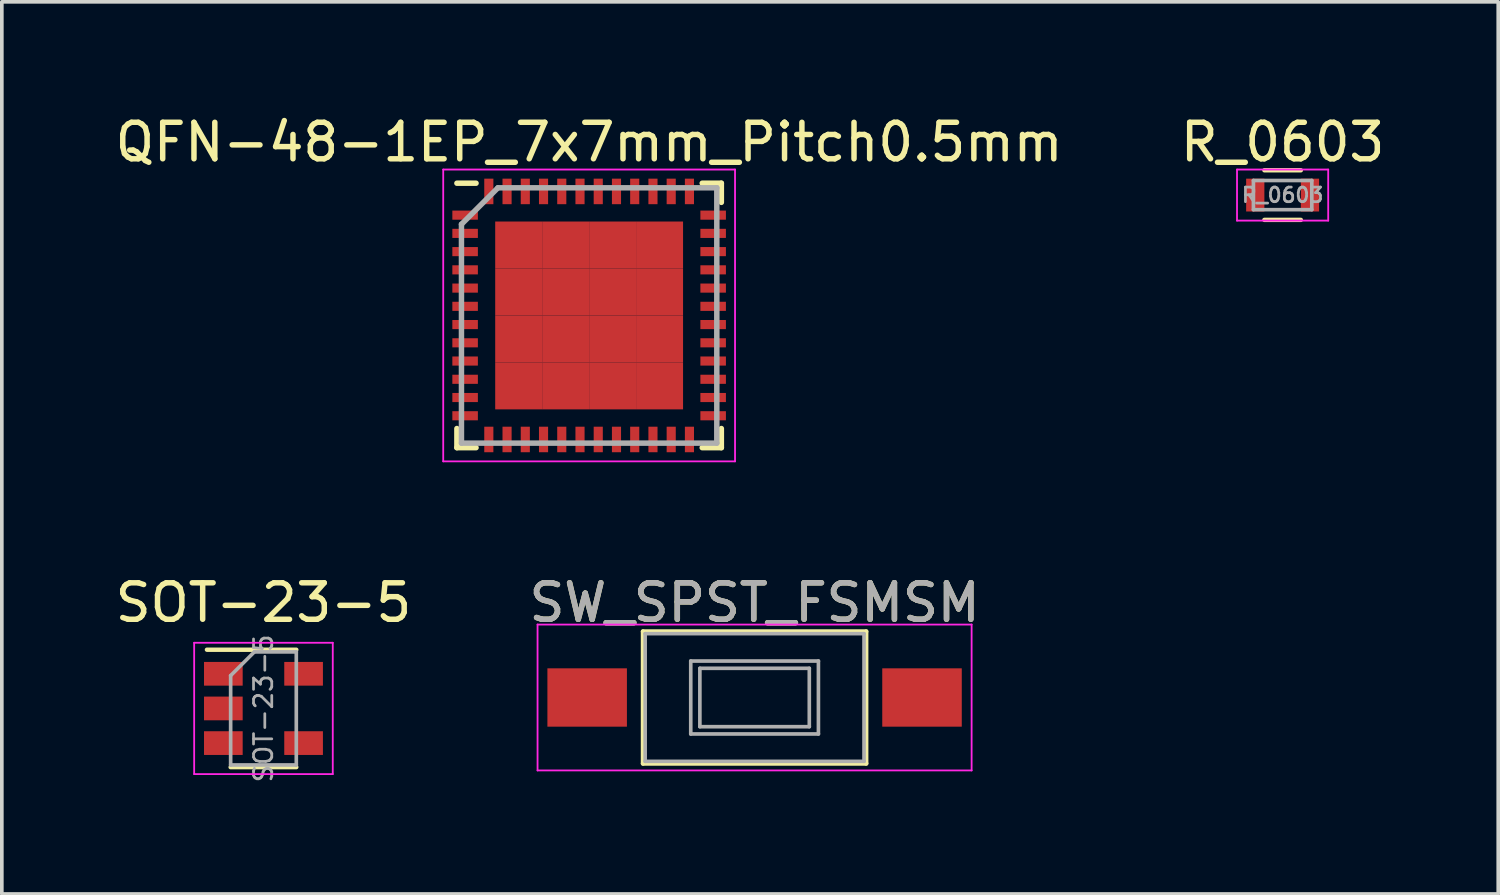
<source format=kicad_pcb>
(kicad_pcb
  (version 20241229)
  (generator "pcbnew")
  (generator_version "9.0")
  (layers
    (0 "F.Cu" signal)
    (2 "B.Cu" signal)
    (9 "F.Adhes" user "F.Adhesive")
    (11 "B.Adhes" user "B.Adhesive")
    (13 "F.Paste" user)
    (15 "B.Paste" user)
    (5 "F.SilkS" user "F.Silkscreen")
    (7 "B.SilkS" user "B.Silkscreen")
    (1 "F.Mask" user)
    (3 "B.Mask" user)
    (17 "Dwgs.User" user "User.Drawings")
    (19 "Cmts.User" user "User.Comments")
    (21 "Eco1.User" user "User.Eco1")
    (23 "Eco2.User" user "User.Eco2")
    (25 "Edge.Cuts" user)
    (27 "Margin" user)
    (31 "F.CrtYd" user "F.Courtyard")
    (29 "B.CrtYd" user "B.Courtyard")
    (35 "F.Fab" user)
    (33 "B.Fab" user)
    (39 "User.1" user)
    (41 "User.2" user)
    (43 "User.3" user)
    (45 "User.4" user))
  (footprint "QFN-48-1EP_7x7mm_Pitch0.5mm"
    (layer "F.Cu")
    (at 13.101 5.598)
    (property "Reference" "QFN-48-1EP_7x7mm_Pitch0.5mm" (at 0 -4.75 0) (layer "F.SilkS") (effects (font (size 1 1) (thickness 0.15))))
    (attr smd)
    (fp_line (start -3.625 -3.625) (end -3.1 -3.625) (stroke (width 0.15) (type solid)) (layer "F.SilkS"))
    (fp_line (start -3.625 3.625) (end -3.625 3.1) (stroke (width 0.15) (type solid)) (layer "F.SilkS"))
    (fp_line (start -3.625 3.625) (end -3.1 3.625) (stroke (width 0.15) (type solid)) (layer "F.SilkS"))
    (fp_line (start 3.625 -3.625) (end 3.1 -3.625) (stroke (width 0.15) (type solid)) (layer "F.SilkS"))
    (fp_line (start 3.625 -3.625) (end 3.625 -3.1) (stroke (width 0.15) (type solid)) (layer "F.SilkS"))
    (fp_line (start 3.625 3.625) (end 3.1 3.625) (stroke (width 0.15) (type solid)) (layer "F.SilkS"))
    (fp_line (start 3.625 3.625) (end 3.625 3.1) (stroke (width 0.15) (type solid)) (layer "F.SilkS"))
    (fp_line (start -4 -4) (end -4 4) (stroke (width 0.05) (type solid)) (layer "F.CrtYd"))
    (fp_line (start -4 -4) (end 4 -4) (stroke (width 0.05) (type solid)) (layer "F.CrtYd"))
    (fp_line (start -4 4) (end 4 4) (stroke (width 0.05) (type solid)) (layer "F.CrtYd"))
    (fp_line (start 4 -4) (end 4 4) (stroke (width 0.05) (type solid)) (layer "F.CrtYd"))
    (fp_line (start -3.5 -2.5) (end -2.5 -3.5) (stroke (width 0.15) (type solid)) (layer "F.Fab"))
    (fp_line (start -3.5 3.5) (end -3.5 -2.5) (stroke (width 0.15) (type solid)) (layer "F.Fab"))
    (fp_line (start -2.5 -3.5) (end 3.5 -3.5) (stroke (width 0.15) (type solid)) (layer "F.Fab"))
    (fp_line (start 3.5 -3.5) (end 3.5 3.5) (stroke (width 0.15) (type solid)) (layer "F.Fab"))
    (fp_line (start 3.5 3.5) (end -3.5 3.5) (stroke (width 0.15) (type solid)) (layer "F.Fab"))
    (pad "1" smd rect (at -3.4 -2.75) (size 0.7 0.25) (layers "F.Cu" "F.Mask" "F.Paste"))
    (pad "2" smd rect (at -3.4 -2.25) (size 0.7 0.25) (layers "F.Cu" "F.Mask" "F.Paste"))
    (pad "3" smd rect (at -3.4 -1.75) (size 0.7 0.25) (layers "F.Cu" "F.Mask" "F.Paste"))
    (pad "4" smd rect (at -3.4 -1.25) (size 0.7 0.25) (layers "F.Cu" "F.Mask" "F.Paste"))
    (pad "5" smd rect (at -3.4 -0.75) (size 0.7 0.25) (layers "F.Cu" "F.Mask" "F.Paste"))
    (pad "6" smd rect (at -3.4 -0.25) (size 0.7 0.25) (layers "F.Cu" "F.Mask" "F.Paste"))
    (pad "7" smd rect (at -3.4 0.25) (size 0.7 0.25) (layers "F.Cu" "F.Mask" "F.Paste"))
    (pad "8" smd rect (at -3.4 0.75) (size 0.7 0.25) (layers "F.Cu" "F.Mask" "F.Paste"))
    (pad "9" smd rect (at -3.4 1.25) (size 0.7 0.25) (layers "F.Cu" "F.Mask" "F.Paste"))
    (pad "10" smd rect (at -3.4 1.75) (size 0.7 0.25) (layers "F.Cu" "F.Mask" "F.Paste"))
    (pad "11" smd rect (at -3.4 2.25) (size 0.7 0.25) (layers "F.Cu" "F.Mask" "F.Paste"))
    (pad "12" smd rect (at -3.4 2.75) (size 0.7 0.25) (layers "F.Cu" "F.Mask" "F.Paste"))
    (pad "13" smd rect (at -2.75 3.4 90) (size 0.7 0.25) (layers "F.Cu" "F.Mask" "F.Paste"))
    (pad "14" smd rect (at -2.25 3.4 90) (size 0.7 0.25) (layers "F.Cu" "F.Mask" "F.Paste"))
    (pad "15" smd rect (at -1.75 3.4 90) (size 0.7 0.25) (layers "F.Cu" "F.Mask" "F.Paste"))
    (pad "16" smd rect (at -1.25 3.4 90) (size 0.7 0.25) (layers "F.Cu" "F.Mask" "F.Paste"))
    (pad "17" smd rect (at -0.75 3.4 90) (size 0.7 0.25) (layers "F.Cu" "F.Mask" "F.Paste"))
    (pad "18" smd rect (at -0.25 3.4 90) (size 0.7 0.25) (layers "F.Cu" "F.Mask" "F.Paste"))
    (pad "19" smd rect (at 0.25 3.4 90) (size 0.7 0.25) (layers "F.Cu" "F.Mask" "F.Paste"))
    (pad "20" smd rect (at 0.75 3.4 90) (size 0.7 0.25) (layers "F.Cu" "F.Mask" "F.Paste"))
    (pad "21" smd rect (at 1.25 3.4 90) (size 0.7 0.25) (layers "F.Cu" "F.Mask" "F.Paste"))
    (pad "22" smd rect (at 1.75 3.4 90) (size 0.7 0.25) (layers "F.Cu" "F.Mask" "F.Paste"))
    (pad "23" smd rect (at 2.25 3.4 90) (size 0.7 0.25) (layers "F.Cu" "F.Mask" "F.Paste"))
    (pad "24" smd rect (at 2.75 3.4 90) (size 0.7 0.25) (layers "F.Cu" "F.Mask" "F.Paste"))
    (pad "25" smd rect (at 3.4 2.75) (size 0.7 0.25) (layers "F.Cu" "F.Mask" "F.Paste"))
    (pad "26" smd rect (at 3.4 2.25) (size 0.7 0.25) (layers "F.Cu" "F.Mask" "F.Paste"))
    (pad "27" smd rect (at 3.4 1.75) (size 0.7 0.25) (layers "F.Cu" "F.Mask" "F.Paste"))
    (pad "28" smd rect (at 3.4 1.25) (size 0.7 0.25) (layers "F.Cu" "F.Mask" "F.Paste"))
    (pad "29" smd rect (at 3.4 0.75) (size 0.7 0.25) (layers "F.Cu" "F.Mask" "F.Paste"))
    (pad "30" smd rect (at 3.4 0.25) (size 0.7 0.25) (layers "F.Cu" "F.Mask" "F.Paste"))
    (pad "31" smd rect (at 3.4 -0.25) (size 0.7 0.25) (layers "F.Cu" "F.Mask" "F.Paste"))
    (pad "32" smd rect (at 3.4 -0.75) (size 0.7 0.25) (layers "F.Cu" "F.Mask" "F.Paste"))
    (pad "33" smd rect (at 3.4 -1.25) (size 0.7 0.25) (layers "F.Cu" "F.Mask" "F.Paste"))
    (pad "34" smd rect (at 3.4 -1.75) (size 0.7 0.25) (layers "F.Cu" "F.Mask" "F.Paste"))
    (pad "35" smd rect (at 3.4 -2.25) (size 0.7 0.25) (layers "F.Cu" "F.Mask" "F.Paste"))
    (pad "36" smd rect (at 3.4 -2.75) (size 0.7 0.25) (layers "F.Cu" "F.Mask" "F.Paste"))
    (pad "37" smd rect (at 2.75 -3.4 90) (size 0.7 0.25) (layers "F.Cu" "F.Mask" "F.Paste"))
    (pad "38" smd rect (at 2.25 -3.4 90) (size 0.7 0.25) (layers "F.Cu" "F.Mask" "F.Paste"))
    (pad "39" smd rect (at 1.75 -3.4 90) (size 0.7 0.25) (layers "F.Cu" "F.Mask" "F.Paste"))
    (pad "40" smd rect (at 1.25 -3.4 90) (size 0.7 0.25) (layers "F.Cu" "F.Mask" "F.Paste"))
    (pad "41" smd rect (at 0.75 -3.4 90) (size 0.7 0.25) (layers "F.Cu" "F.Mask" "F.Paste"))
    (pad "42" smd rect (at 0.25 -3.4 90) (size 0.7 0.25) (layers "F.Cu" "F.Mask" "F.Paste"))
    (pad "43" smd rect (at -0.25 -3.4 90) (size 0.7 0.25) (layers "F.Cu" "F.Mask" "F.Paste"))
    (pad "44" smd rect (at -0.75 -3.4 90) (size 0.7 0.25) (layers "F.Cu" "F.Mask" "F.Paste"))
    (pad "45" smd rect (at -1.25 -3.4 90) (size 0.7 0.25) (layers "F.Cu" "F.Mask" "F.Paste"))
    (pad "46" smd rect (at -1.75 -3.4 90) (size 0.7 0.25) (layers "F.Cu" "F.Mask" "F.Paste"))
    (pad "47" smd rect (at -2.25 -3.4 90) (size 0.7 0.25) (layers "F.Cu" "F.Mask" "F.Paste"))
    (pad "48" smd rect (at -2.75 -3.4 90) (size 0.7 0.25) (layers "F.Cu" "F.Mask" "F.Paste"))
    (pad "49" smd rect (at -1.931 -1.931) (size 1.288 1.288) (layers "F.Cu" "F.Mask" "F.Paste"))
    (pad "49" smd rect (at -1.931 -0.644) (size 1.288 1.288) (layers "F.Cu" "F.Mask" "F.Paste"))
    (pad "49" smd rect (at -1.931 0.644) (size 1.288 1.288) (layers "F.Cu" "F.Mask" "F.Paste"))
    (pad "49" smd rect (at -1.931 1.931) (size 1.288 1.288) (layers "F.Cu" "F.Mask" "F.Paste"))
    (pad "49" smd rect (at -0.644 -1.931) (size 1.288 1.288) (layers "F.Cu" "F.Mask" "F.Paste"))
    (pad "49" smd rect (at -0.644 -0.644) (size 1.288 1.288) (layers "F.Cu" "F.Mask" "F.Paste"))
    (pad "49" smd rect (at -0.644 0.644) (size 1.288 1.288) (layers "F.Cu" "F.Mask" "F.Paste"))
    (pad "49" smd rect (at -0.644 1.931) (size 1.288 1.288) (layers "F.Cu" "F.Mask" "F.Paste"))
    (pad "49" smd rect (at 0.644 -1.931) (size 1.288 1.288) (layers "F.Cu" "F.Mask" "F.Paste"))
    (pad "49" smd rect (at 0.644 -0.644) (size 1.288 1.288) (layers "F.Cu" "F.Mask" "F.Paste"))
    (pad "49" smd rect (at 0.644 0.644) (size 1.288 1.288) (layers "F.Cu" "F.Mask" "F.Paste"))
    (pad "49" smd rect (at 0.644 1.931) (size 1.288 1.288) (layers "F.Cu" "F.Mask" "F.Paste"))
    (pad "49" smd rect (at 1.931 -1.931) (size 1.288 1.288) (layers "F.Cu" "F.Mask" "F.Paste"))
    (pad "49" smd rect (at 1.931 -0.644) (size 1.288 1.288) (layers "F.Cu" "F.Mask" "F.Paste"))
    (pad "49" smd rect (at 1.931 0.644) (size 1.288 1.288) (layers "F.Cu" "F.Mask" "F.Paste"))
    (pad "49" smd rect (at 1.931 1.931) (size 1.288 1.288) (layers "F.Cu" "F.Mask" "F.Paste")))
  (footprint "SW_SPST_FSMSM"
    (layer "F.Cu")
    (at 17.637 16.072)
    (property "Reference" "SW_SPST_FSMSM" (at 0 -2.6 0) (layer "F.SilkS") (effects (font (size 1 1) (thickness 0.15))))
    (attr smd)
    (fp_line (start -3.06 -1.81) (end 3.06 -1.81) (stroke (width 0.12) (type solid)) (layer "F.SilkS"))
    (fp_line (start -3.06 1.81) (end -3.06 -1.81) (stroke (width 0.12) (type solid)) (layer "F.SilkS"))
    (fp_line (start 3.06 -1.81) (end 3.06 1.81) (stroke (width 0.12) (type solid)) (layer "F.SilkS"))
    (fp_line (start 3.06 1.81) (end -3.06 1.81) (stroke (width 0.12) (type solid)) (layer "F.SilkS"))
    (fp_line (start -5.95 -2) (end -5.95 2) (stroke (width 0.05) (type solid)) (layer "F.CrtYd"))
    (fp_line (start -5.95 -2) (end 5.95 -2) (stroke (width 0.05) (type solid)) (layer "F.CrtYd"))
    (fp_line (start -5.95 2) (end 5.95 2) (stroke (width 0.05) (type solid)) (layer "F.CrtYd"))
    (fp_line (start 5.95 -2) (end 5.95 2) (stroke (width 0.05) (type solid)) (layer "F.CrtYd"))
    (fp_line (start -3 -1.75) (end -3 1.75) (stroke (width 0.1) (type solid)) (layer "F.Fab"))
    (fp_line (start -3 -1.75) (end 3 -1.75) (stroke (width 0.1) (type solid)) (layer "F.Fab"))
    (fp_line (start -3 1.75) (end 3 1.75) (stroke (width 0.1) (type solid)) (layer "F.Fab"))
    (fp_line (start -1.75 -1) (end 1.75 -1) (stroke (width 0.1) (type solid)) (layer "F.Fab"))
    (fp_line (start -1.75 1) (end -1.75 -1) (stroke (width 0.1) (type solid)) (layer "F.Fab"))
    (fp_line (start -1.5 -0.8) (end -1.5 0.8) (stroke (width 0.1) (type solid)) (layer "F.Fab"))
    (fp_line (start -1.5 -0.8) (end 1.5 -0.8) (stroke (width 0.1) (type solid)) (layer "F.Fab"))
    (fp_line (start -1.5 0.8) (end 1.5 0.8) (stroke (width 0.1) (type solid)) (layer "F.Fab"))
    (fp_line (start 1.5 -0.8) (end 1.5 0.8) (stroke (width 0.1) (type solid)) (layer "F.Fab"))
    (fp_line (start 1.75 -1) (end 1.75 1) (stroke (width 0.1) (type solid)) (layer "F.Fab"))
    (fp_line (start 1.75 1) (end -1.75 1) (stroke (width 0.1) (type solid)) (layer "F.Fab"))
    (fp_line (start 3 -1.75) (end 3 1.75) (stroke (width 0.1) (type solid)) (layer "F.Fab"))
    (fp_text user "${REFERENCE}" (at 0 -2.6 0) (layer "F.Fab") (effects (font (size 1 1) (thickness 0.15))))
    (pad "1" smd rect (at -4.59 0) (size 2.18 1.6) (layers "F.Cu" "F.Mask" "F.Paste"))
    (pad "2" smd rect (at 4.59 0) (size 2.18 1.6) (layers "F.Cu" "F.Mask" "F.Paste")))
  (footprint "SOT-23-5"
    (layer "F.Cu")
    (at 4.173 16.372)
    (property "Reference" "SOT-23-5" (at 0 -2.9 0) (layer "F.SilkS") (effects (font (size 1 1) (thickness 0.15))))
    (attr smd)
    (fp_line (start -0.9 1.61) (end 0.9 1.61) (stroke (width 0.12) (type solid)) (layer "F.SilkS"))
    (fp_line (start 0.9 -1.61) (end -1.55 -1.61) (stroke (width 0.12) (type solid)) (layer "F.SilkS"))
    (fp_line (start -1.9 -1.8) (end 1.9 -1.8) (stroke (width 0.05) (type solid)) (layer "F.CrtYd"))
    (fp_line (start -1.9 1.8) (end -1.9 -1.8) (stroke (width 0.05) (type solid)) (layer "F.CrtYd"))
    (fp_line (start 1.9 -1.8) (end 1.9 1.8) (stroke (width 0.05) (type solid)) (layer "F.CrtYd"))
    (fp_line (start 1.9 1.8) (end -1.9 1.8) (stroke (width 0.05) (type solid)) (layer "F.CrtYd"))
    (fp_line (start -0.9 -0.9) (end -0.9 1.55) (stroke (width 0.1) (type solid)) (layer "F.Fab"))
    (fp_line (start -0.9 -0.9) (end -0.25 -1.55) (stroke (width 0.1) (type solid)) (layer "F.Fab"))
    (fp_line (start 0.9 -1.55) (end -0.25 -1.55) (stroke (width 0.1) (type solid)) (layer "F.Fab"))
    (fp_line (start 0.9 -1.55) (end 0.9 1.55) (stroke (width 0.1) (type solid)) (layer "F.Fab"))
    (fp_line (start 0.9 1.55) (end -0.9 1.55) (stroke (width 0.1) (type solid)) (layer "F.Fab"))
    (fp_text user "${REFERENCE}" (at 0 0 90) (layer "F.Fab") (effects (font (size 0.5 0.5) (thickness 0.075))))
    (pad "1" smd rect (at -1.1 -0.95) (size 1.06 0.65) (layers "F.Cu" "F.Mask" "F.Paste"))
    (pad "2" smd rect (at -1.1 0) (size 1.06 0.65) (layers "F.Cu" "F.Mask" "F.Paste"))
    (pad "3" smd rect (at -1.1 0.95) (size 1.06 0.65) (layers "F.Cu" "F.Mask" "F.Paste"))
    (pad "4" smd rect (at 1.1 0.95) (size 1.06 0.65) (layers "F.Cu" "F.Mask" "F.Paste"))
    (pad "5" smd rect (at 1.1 -0.95) (size 1.06 0.65) (layers "F.Cu" "F.Mask" "F.Paste")))
  (footprint "R_0603"
    (layer "F.Cu")
    (at 32.113 2.298)
    (property "Reference" "R_0603" (at 0 -1.45 0) (layer "F.SilkS") (effects (font (size 1 1) (thickness 0.15))))
    (attr smd)
    (fp_line (start -0.5 -0.68) (end 0.5 -0.68) (stroke (width 0.12) (type solid)) (layer "F.SilkS"))
    (fp_line (start 0.5 0.68) (end -0.5 0.68) (stroke (width 0.12) (type solid)) (layer "F.SilkS"))
    (fp_line (start -1.25 -0.7) (end -1.25 0.7) (stroke (width 0.05) (type solid)) (layer "F.CrtYd"))
    (fp_line (start -1.25 -0.7) (end 1.25 -0.7) (stroke (width 0.05) (type solid)) (layer "F.CrtYd"))
    (fp_line (start 1.25 0.7) (end -1.25 0.7) (stroke (width 0.05) (type solid)) (layer "F.CrtYd"))
    (fp_line (start 1.25 0.7) (end 1.25 -0.7) (stroke (width 0.05) (type solid)) (layer "F.CrtYd"))
    (fp_line (start -0.8 -0.4) (end 0.8 -0.4) (stroke (width 0.1) (type solid)) (layer "F.Fab"))
    (fp_line (start -0.8 0.4) (end -0.8 -0.4) (stroke (width 0.1) (type solid)) (layer "F.Fab"))
    (fp_line (start 0.8 -0.4) (end 0.8 0.4) (stroke (width 0.1) (type solid)) (layer "F.Fab"))
    (fp_line (start 0.8 0.4) (end -0.8 0.4) (stroke (width 0.1) (type solid)) (layer "F.Fab"))
    (fp_text user "${REFERENCE}" (at 0 0 0) (layer "F.Fab") (effects (font (size 0.4 0.4) (thickness 0.075))))
    (pad "1" smd rect (at -0.75 0) (size 0.5 0.9) (layers "F.Cu" "F.Mask" "F.Paste"))
    (pad "2" smd rect (at 0.75 0) (size 0.5 0.9) (layers "F.Cu" "F.Mask" "F.Paste")))
  (gr_rect
    (start -3 -3)
    (end 38.024 21.458)
    (stroke (width 0.1) (type default))
    (fill no)
    (layer "Edge.Cuts")))
</source>
